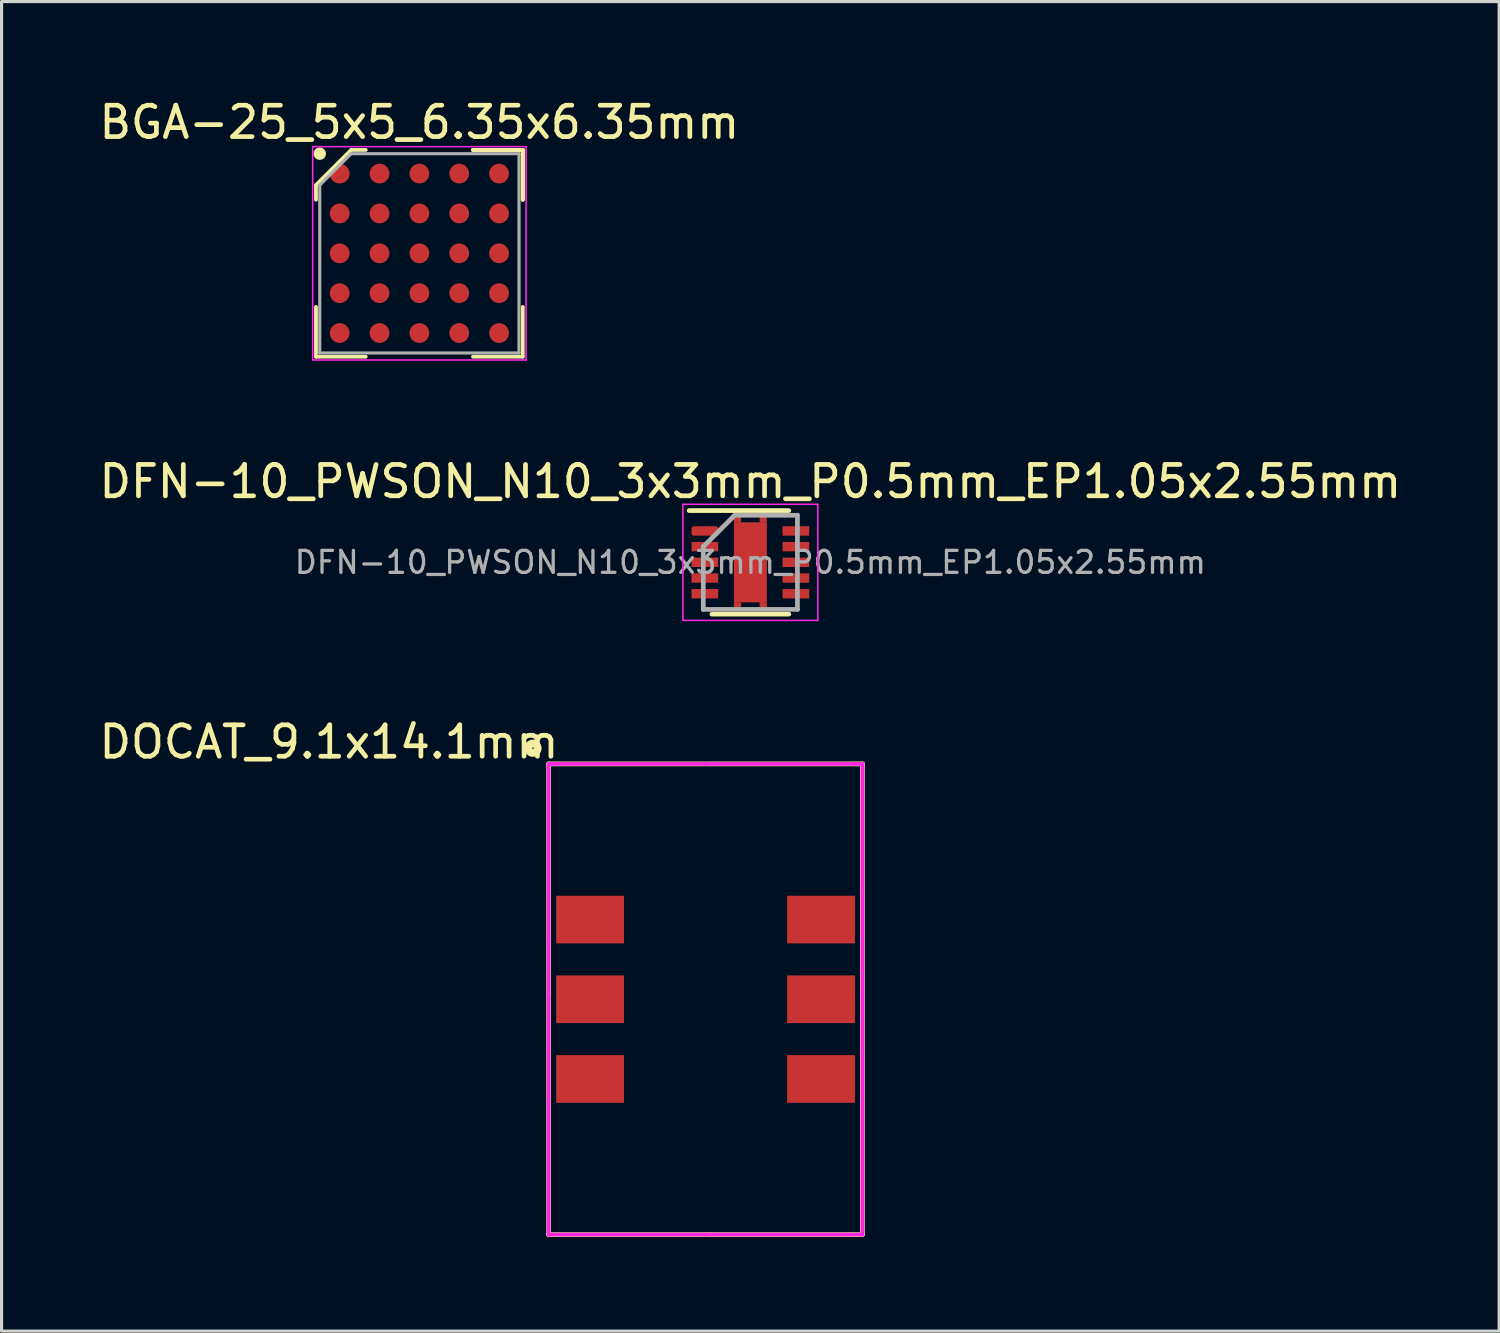
<source format=kicad_pcb>
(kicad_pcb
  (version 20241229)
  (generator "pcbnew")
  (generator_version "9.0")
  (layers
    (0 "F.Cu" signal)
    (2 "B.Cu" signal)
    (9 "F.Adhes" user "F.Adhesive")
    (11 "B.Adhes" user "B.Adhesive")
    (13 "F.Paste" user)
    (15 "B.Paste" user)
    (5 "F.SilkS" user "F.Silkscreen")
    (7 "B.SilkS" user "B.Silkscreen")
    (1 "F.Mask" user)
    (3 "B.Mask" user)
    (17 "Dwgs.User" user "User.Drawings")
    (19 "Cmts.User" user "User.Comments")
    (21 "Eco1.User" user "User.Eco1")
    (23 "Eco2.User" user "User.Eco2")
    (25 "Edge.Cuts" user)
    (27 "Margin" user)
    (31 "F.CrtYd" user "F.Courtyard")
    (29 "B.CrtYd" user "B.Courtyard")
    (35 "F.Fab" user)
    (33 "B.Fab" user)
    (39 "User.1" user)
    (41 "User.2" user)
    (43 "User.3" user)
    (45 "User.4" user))
  (footprint "DFN-10_PWSON_N10_3x3mm_P0.5mm_EP1.05x2.55mm"
    (layer "F.Cu")
    (at 20.863 14.871)
    (property "Reference" "DFN-10_PWSON_N10_3x3mm_P0.5mm_EP1.05x2.55mm" (at 0 -2.575 0) (layer "F.SilkS") (effects (font (size 1 1) (thickness 0.15))))
    (attr smd)
    (fp_line (start -1.95 -1.65) (end 1.225 -1.65) (stroke (width 0.15) (type solid)) (layer "F.SilkS"))
    (fp_line (start -1.225 1.65) (end 1.225 1.65) (stroke (width 0.15) (type solid)) (layer "F.SilkS"))
    (fp_line (start -2.15 -1.85) (end -2.15 1.85) (stroke (width 0.05) (type solid)) (layer "F.CrtYd"))
    (fp_line (start -2.15 -1.85) (end 2.15 -1.85) (stroke (width 0.05) (type solid)) (layer "F.CrtYd"))
    (fp_line (start -2.15 1.85) (end 2.15 1.85) (stroke (width 0.05) (type solid)) (layer "F.CrtYd"))
    (fp_line (start 2.15 -1.85) (end 2.15 1.85) (stroke (width 0.05) (type solid)) (layer "F.CrtYd"))
    (fp_line (start -1.5 -0.5) (end -0.5 -1.5) (stroke (width 0.15) (type solid)) (layer "F.Fab"))
    (fp_line (start -1.5 1.5) (end -1.5 -0.5) (stroke (width 0.15) (type solid)) (layer "F.Fab"))
    (fp_line (start -0.5 -1.5) (end 1.5 -1.5) (stroke (width 0.15) (type solid)) (layer "F.Fab"))
    (fp_line (start 1.5 -1.5) (end 1.5 1.5) (stroke (width 0.15) (type solid)) (layer "F.Fab"))
    (fp_line (start 1.5 1.5) (end -1.5 1.5) (stroke (width 0.15) (type solid)) (layer "F.Fab"))
    (fp_text user "${REFERENCE}" (at 0 0 0) (layer "F.Fab") (effects (font (size 0.7 0.7) (thickness 0.105))))
    (pad "" smd rect (at 0 -0.67) (size 0.85 1.05) (layers "F.Paste"))
    (pad "" smd rect (at 0 0.67) (size 0.85 1.05) (layers "F.Paste"))
    (pad "1" smd roundrect (at -1.45 -1) (size 0.85 0.3) (layers "F.Cu" "F.Mask" "F.Paste") (roundrect_rratio 0.25))
    (pad "2" smd rect (at -1.45 -0.5) (size 0.85 0.3) (layers "F.Cu" "F.Mask" "F.Paste"))
    (pad "3" smd rect (at -1.45 0) (size 0.85 0.3) (layers "F.Cu" "F.Mask" "F.Paste"))
    (pad "4" smd rect (at -1.45 0.5) (size 0.85 0.3) (layers "F.Cu" "F.Mask" "F.Paste"))
    (pad "5" smd rect (at -1.45 1) (size 0.85 0.3) (layers "F.Cu" "F.Mask" "F.Paste"))
    (pad "6" smd rect (at 1.45 1) (size 0.85 0.3) (layers "F.Cu" "F.Mask" "F.Paste"))
    (pad "7" smd rect (at 1.45 0.5) (size 0.85 0.3) (layers "F.Cu" "F.Mask" "F.Paste"))
    (pad "8" smd rect (at 1.45 0) (size 0.85 0.3) (layers "F.Cu" "F.Mask" "F.Paste"))
    (pad "9" smd rect (at 1.45 -0.5) (size 0.85 0.3) (layers "F.Cu" "F.Mask" "F.Paste"))
    (pad "10" smd rect (at 1.45 -1) (size 0.85 0.3) (layers "F.Cu" "F.Mask" "F.Paste"))
    (pad "11" smd rect (at -0.41 -1.36) (size 0.23 0.18) (layers "F.Cu" "F.Mask"))
    (pad "11" smd rect (at -0.41 1.36) (size 0.23 0.18) (layers "F.Cu" "F.Mask"))
    (pad "11" smd rect (at 0 0) (size 1.05 2.55) (layers "F.Cu" "F.Mask"))
    (pad "11" smd rect (at 0.41 -1.36) (size 0.23 0.18) (layers "F.Cu" "F.Mask"))
    (pad "11" smd rect (at 0.41 1.36) (size 0.23 0.18) (layers "F.Cu" "F.Mask")))
  (footprint "DOCAT_9.1x14.1mm"
    (layer "F.Cu")
    (at 19.435 28.795)
    (property "Reference" "DOCAT_9.1x14.1mm" (at -12 -8.2 0) (layer "F.SilkS") (effects (font (size 1 1) (thickness 0.15))))
    (attr smd)
    (fp_line (start -5 -7.5) (end -5 7.5) (stroke (width 0.15) (type solid)) (layer "F.SilkS"))
    (fp_line (start -5 7.5) (end 5 7.5) (stroke (width 0.15) (type solid)) (layer "F.SilkS"))
    (fp_line (start 5 -7.5) (end -5 -7.5) (stroke (width 0.15) (type solid)) (layer "F.SilkS"))
    (fp_line (start 5 7.5) (end 5 -7.5) (stroke (width 0.15) (type solid)) (layer "F.SilkS"))
    (fp_circle (center -5.5 -8) (end -5.7 -8) (stroke (width 0.15) (type solid)) (fill no) (layer "F.SilkS"))
    (fp_circle (center -5.5 -8) (end -5.6 -8) (stroke (width 0.15) (type solid)) (fill no) (layer "F.SilkS"))
    (fp_line (start -5 -7.5) (end 0 -7.5) (stroke (width 0.12) (type solid)) (layer "F.CrtYd"))
    (fp_line (start -5 0) (end -5 -7.5) (stroke (width 0.12) (type solid)) (layer "F.CrtYd"))
    (fp_line (start -5 7.5) (end -5 0) (stroke (width 0.12) (type solid)) (layer "F.CrtYd"))
    (fp_line (start 0 -7.5) (end 5 -7.5) (stroke (width 0.12) (type solid)) (layer "F.CrtYd"))
    (fp_line (start 0 7.5) (end -5 7.5) (stroke (width 0.12) (type solid)) (layer "F.CrtYd"))
    (fp_line (start 5 -7.5) (end 5 0) (stroke (width 0.12) (type solid)) (layer "F.CrtYd"))
    (fp_line (start 5 0) (end 5 7.5) (stroke (width 0.12) (type solid)) (layer "F.CrtYd"))
    (fp_line (start 5 7.5) (end 0 7.5) (stroke (width 0.12) (type solid)) (layer "F.CrtYd"))
    (pad "1" smd rect (at -3.68 -2.54 90) (size 1.52 2.16) (layers "F.Cu" "F.Mask" "F.Paste"))
    (pad "2" smd rect (at -3.68 0 90) (size 1.52 2.16) (layers "F.Cu" "F.Mask" "F.Paste"))
    (pad "3" smd rect (at -3.68 2.54 90) (size 1.52 2.16) (layers "F.Cu" "F.Mask" "F.Paste"))
    (pad "4" smd rect (at 3.68 2.54 90) (size 1.52 2.16) (layers "F.Cu" "F.Mask" "F.Paste"))
    (pad "5" smd rect (at 3.68 0 90) (size 1.52 2.16) (layers "F.Cu" "F.Mask" "F.Paste"))
    (pad "6" smd rect (at 3.68 -2.54 90) (size 1.52 2.16) (layers "F.Cu" "F.Mask" "F.Paste")))
  (footprint "BGA-25_5x5_6.35x6.35mm"
    (layer "F.Cu")
    (at 10.315 5.023)
    (property "Reference" "BGA-25_5x5_6.35x6.35mm" (at 0 -4.175 0) (layer "F.SilkS") (effects (font (size 1 1) (thickness 0.15))))
    (attr smd)
    (fp_line (start -3.295 -2.175) (end -3.295 -1.708) (stroke (width 0.12) (type solid)) (layer "F.SilkS"))
    (fp_line (start -3.295 3.295) (end -3.295 1.708) (stroke (width 0.12) (type solid)) (layer "F.SilkS"))
    (fp_line (start -2.175 -3.295) (end -3.295 -2.175) (stroke (width 0.12) (type solid)) (layer "F.SilkS"))
    (fp_line (start -1.708 -3.295) (end -2.175 -3.295) (stroke (width 0.12) (type solid)) (layer "F.SilkS"))
    (fp_line (start -1.708 3.295) (end -3.295 3.295) (stroke (width 0.12) (type solid)) (layer "F.SilkS"))
    (fp_line (start 1.708 -3.295) (end 3.295 -3.295) (stroke (width 0.12) (type solid)) (layer "F.SilkS"))
    (fp_line (start 1.708 -3.295) (end 3.295 -3.295) (stroke (width 0.12) (type solid)) (layer "F.SilkS"))
    (fp_line (start 1.708 -3.295) (end 3.295 -3.295) (stroke (width 0.12) (type solid)) (layer "F.SilkS"))
    (fp_line (start 1.708 3.295) (end 3.295 3.295) (stroke (width 0.12) (type solid)) (layer "F.SilkS"))
    (fp_line (start 3.295 -3.295) (end 3.295 -1.708) (stroke (width 0.12) (type solid)) (layer "F.SilkS"))
    (fp_line (start 3.295 -3.295) (end 3.295 -1.708) (stroke (width 0.12) (type solid)) (layer "F.SilkS"))
    (fp_line (start 3.295 -3.295) (end 3.295 -1.708) (stroke (width 0.12) (type solid)) (layer "F.SilkS"))
    (fp_line (start 3.295 3.295) (end 3.295 1.708) (stroke (width 0.12) (type solid)) (layer "F.SilkS"))
    (fp_circle (center -3.175 -3.175) (end -3.175 -3.075) (stroke (width 0.2) (type solid)) (fill no) (layer "F.SilkS"))
    (fp_line (start -3.4 -3.4) (end 3.4 -3.4) (stroke (width 0.05) (type solid)) (layer "F.CrtYd"))
    (fp_line (start -3.4 3.4) (end -3.4 -3.4) (stroke (width 0.05) (type solid)) (layer "F.CrtYd"))
    (fp_line (start 3.4 -3.4) (end 3.4 3.4) (stroke (width 0.05) (type solid)) (layer "F.CrtYd"))
    (fp_line (start 3.4 3.4) (end -3.4 3.4) (stroke (width 0.05) (type solid)) (layer "F.CrtYd"))
    (fp_line (start -3.175 -2.175) (end -3.175 3.175) (stroke (width 0.1) (type solid)) (layer "F.Fab"))
    (fp_line (start -3.175 3.175) (end 3.175 3.175) (stroke (width 0.1) (type solid)) (layer "F.Fab"))
    (fp_line (start -2.175 -3.175) (end -3.175 -2.175) (stroke (width 0.1) (type solid)) (layer "F.Fab"))
    (fp_line (start 3.175 -3.175) (end -2.175 -3.175) (stroke (width 0.1) (type solid)) (layer "F.Fab"))
    (fp_line (start 3.175 3.175) (end 3.175 -3.175) (stroke (width 0.1) (type solid)) (layer "F.Fab"))
    (pad "A1" smd circle (at -2.54 -2.54) (size 0.63 0.63) (layers "F.Cu" "F.Mask" "F.Paste"))
    (pad "A2" smd circle (at -1.27 -2.54) (size 0.63 0.63) (layers "F.Cu" "F.Mask" "F.Paste"))
    (pad "A3" smd circle (at 0 -2.54) (size 0.63 0.63) (layers "F.Cu" "F.Mask" "F.Paste"))
    (pad "A4" smd circle (at 1.27 -2.54) (size 0.63 0.63) (layers "F.Cu" "F.Mask" "F.Paste"))
    (pad "A5" smd circle (at 2.54 -2.54) (size 0.63 0.63) (layers "F.Cu" "F.Mask" "F.Paste"))
    (pad "B1" smd circle (at -2.54 -1.27) (size 0.63 0.63) (layers "F.Cu" "F.Mask" "F.Paste"))
    (pad "B2" smd circle (at -1.27 -1.27) (size 0.63 0.63) (layers "F.Cu" "F.Mask" "F.Paste"))
    (pad "B3" smd circle (at 0 -1.27) (size 0.63 0.63) (layers "F.Cu" "F.Mask" "F.Paste"))
    (pad "B4" smd circle (at 1.27 -1.27) (size 0.63 0.63) (layers "F.Cu" "F.Mask" "F.Paste"))
    (pad "B5" smd circle (at 2.54 -1.27) (size 0.63 0.63) (layers "F.Cu" "F.Mask" "F.Paste"))
    (pad "C1" smd circle (at -2.54 0) (size 0.63 0.63) (layers "F.Cu" "F.Mask" "F.Paste"))
    (pad "C2" smd circle (at -1.27 0) (size 0.63 0.63) (layers "F.Cu" "F.Mask" "F.Paste"))
    (pad "C3" smd circle (at 0 0) (size 0.63 0.63) (layers "F.Cu" "F.Mask" "F.Paste"))
    (pad "C4" smd circle (at 1.27 0) (size 0.63 0.63) (layers "F.Cu" "F.Mask" "F.Paste"))
    (pad "C5" smd circle (at 2.54 0) (size 0.63 0.63) (layers "F.Cu" "F.Mask" "F.Paste"))
    (pad "D1" smd circle (at -2.54 1.27) (size 0.63 0.63) (layers "F.Cu" "F.Mask" "F.Paste"))
    (pad "D2" smd circle (at -1.27 1.27) (size 0.63 0.63) (layers "F.Cu" "F.Mask" "F.Paste"))
    (pad "D3" smd circle (at 0 1.27) (size 0.63 0.63) (layers "F.Cu" "F.Mask" "F.Paste"))
    (pad "D4" smd circle (at 1.27 1.27) (size 0.63 0.63) (layers "F.Cu" "F.Mask" "F.Paste"))
    (pad "D5" smd circle (at 2.54 1.27) (size 0.63 0.63) (layers "F.Cu" "F.Mask" "F.Paste"))
    (pad "E1" smd circle (at -2.54 2.54) (size 0.63 0.63) (layers "F.Cu" "F.Mask" "F.Paste"))
    (pad "E2" smd circle (at -1.27 2.54) (size 0.63 0.63) (layers "F.Cu" "F.Mask" "F.Paste"))
    (pad "E3" smd circle (at 0 2.54) (size 0.63 0.63) (layers "F.Cu" "F.Mask" "F.Paste"))
    (pad "E4" smd circle (at 1.27 2.54) (size 0.63 0.63) (layers "F.Cu" "F.Mask" "F.Paste"))
    (pad "E5" smd circle (at 2.54 2.54) (size 0.63 0.63) (layers "F.Cu" "F.Mask" "F.Paste")))
  (gr_rect
    (start -3 -3)
    (end 44.726 39.37)
    (stroke (width 0.1) (type default))
    (fill no)
    (layer "Edge.Cuts")))
</source>
